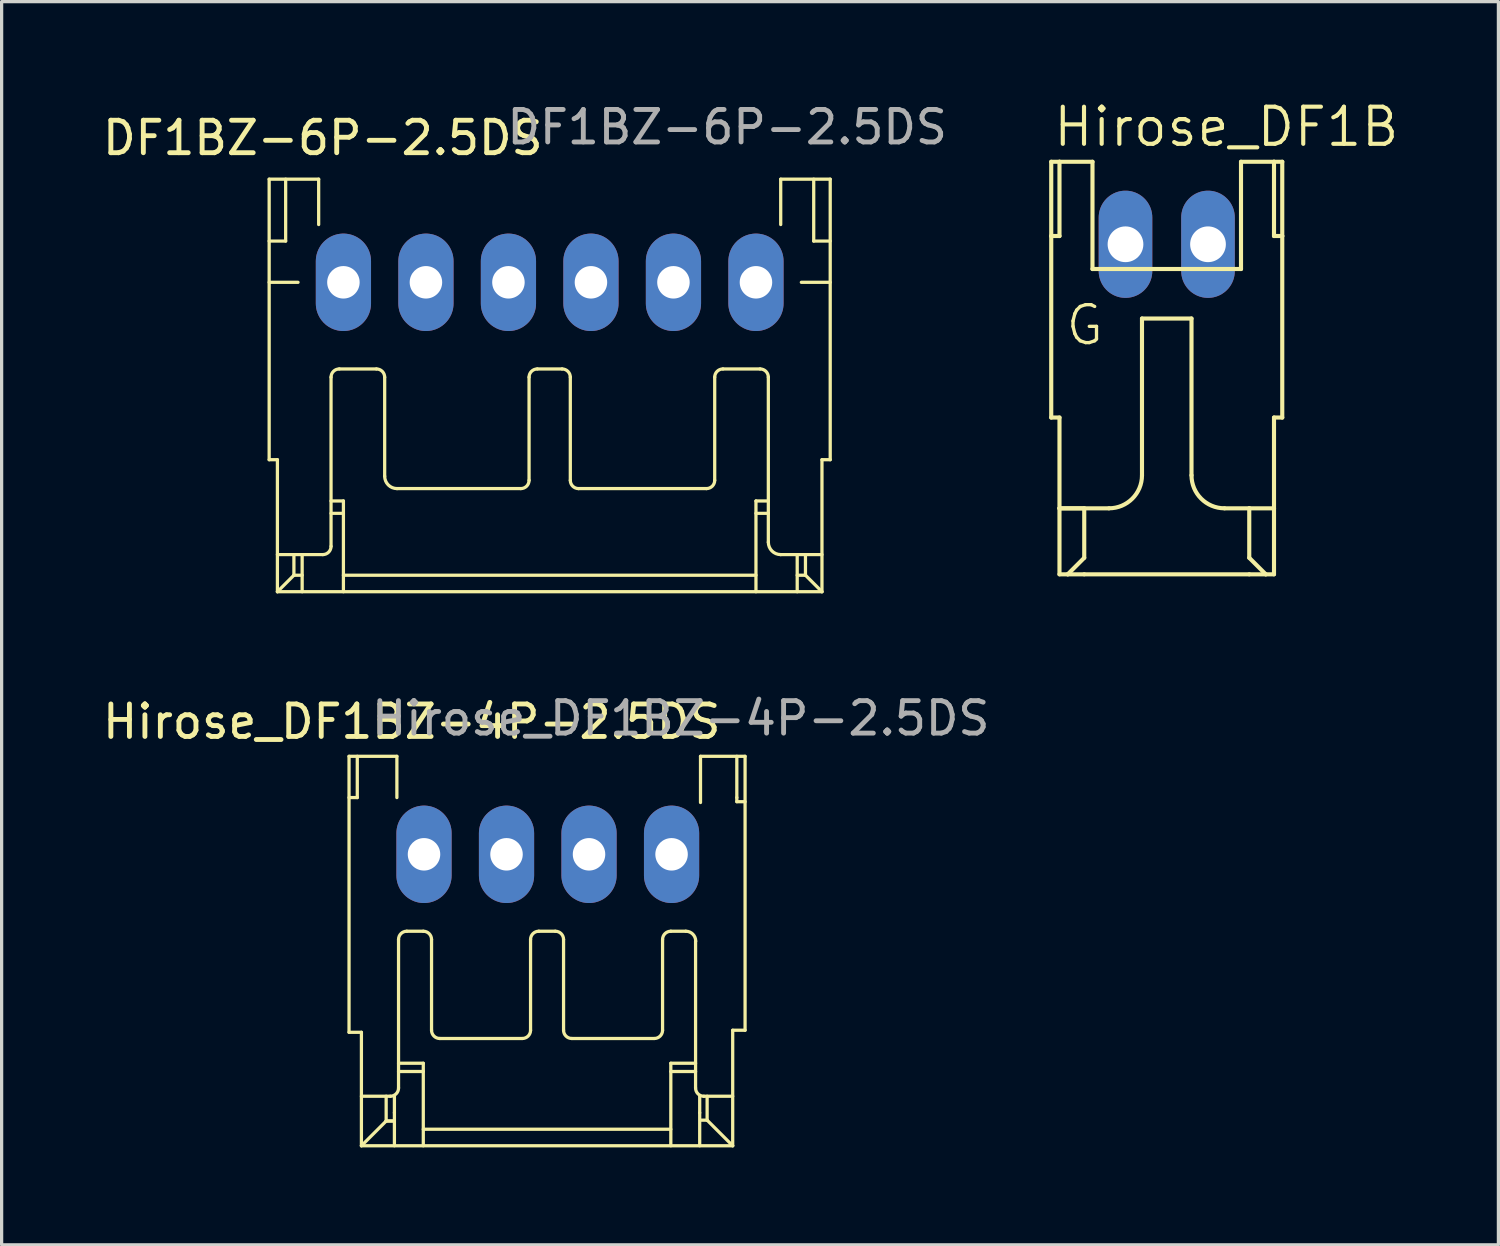
<source format=kicad_pcb>
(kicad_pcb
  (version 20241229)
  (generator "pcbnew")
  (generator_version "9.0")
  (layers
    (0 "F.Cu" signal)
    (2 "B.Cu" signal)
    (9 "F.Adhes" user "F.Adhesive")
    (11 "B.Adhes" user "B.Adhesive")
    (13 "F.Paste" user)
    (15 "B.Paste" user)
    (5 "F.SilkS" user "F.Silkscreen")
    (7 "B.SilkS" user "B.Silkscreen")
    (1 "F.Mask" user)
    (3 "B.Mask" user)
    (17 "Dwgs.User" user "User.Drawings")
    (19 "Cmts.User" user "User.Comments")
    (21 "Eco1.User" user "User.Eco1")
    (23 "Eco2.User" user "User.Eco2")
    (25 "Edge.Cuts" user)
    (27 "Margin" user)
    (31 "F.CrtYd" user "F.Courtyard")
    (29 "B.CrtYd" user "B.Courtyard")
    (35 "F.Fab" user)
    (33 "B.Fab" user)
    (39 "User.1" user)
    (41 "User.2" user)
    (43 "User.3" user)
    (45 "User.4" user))
  (footprint "DF1BZ-6P-2.5DS"
    (layer "F.Cu")
    (at 13.872 5.641)
    (property "Reference" "DF1BZ-6P-2.5DS" (at -6.985 -4.445 0) (layer "F.SilkS") (effects (font (size 1 1) (thickness 0.15))))
    (attr through_hole)
    (fp_line (start -8.636 -3.175) (end -7.112 -3.175) (stroke (width 0.1) (type default)) (layer "F.SilkS"))
    (fp_line (start -8.636 -1.27) (end -8.128 -1.27) (stroke (width 0.1) (type default)) (layer "F.SilkS"))
    (fp_line (start -8.636 0) (end -7.747 0) (stroke (width 0.1) (type default)) (layer "F.SilkS"))
    (fp_line (start -8.636 5.461) (end -8.636 -3.175) (stroke (width 0.1) (type default)) (layer "F.SilkS"))
    (fp_line (start -8.382 5.461) (end -8.636 5.461) (stroke (width 0.1) (type default)) (layer "F.SilkS"))
    (fp_line (start -8.382 9.525) (end -8.382 5.461) (stroke (width 0.1) (type default)) (layer "F.SilkS"))
    (fp_line (start -8.128 -1.27) (end -8.128 -3.175) (stroke (width 0.1) (type default)) (layer "F.SilkS"))
    (fp_line (start -7.874 9.017) (end -8.382 9.525) (stroke (width 0.1) (type default)) (layer "F.SilkS"))
    (fp_line (start -7.874 9.017) (end -7.874 8.382) (stroke (width 0.1) (type default)) (layer "F.SilkS"))
    (fp_line (start -7.874 9.017) (end -7.62 9.017) (stroke (width 0.1) (type default)) (layer "F.SilkS"))
    (fp_line (start -7.62 9.525) (end -7.62 8.382) (stroke (width 0.1) (type default)) (layer "F.SilkS"))
    (fp_line (start -7.112 -3.175) (end -7.112 -1.778) (stroke (width 0.1) (type default)) (layer "F.SilkS"))
    (fp_line (start -6.985 8.382) (end -8.382 8.382) (stroke (width 0.1) (type default)) (layer "F.SilkS"))
    (fp_line (start -6.731 8.128) (end -6.731 2.921) (stroke (width 0.1) (type default)) (layer "F.SilkS"))
    (fp_line (start -6.477 2.667) (end -5.334 2.667) (stroke (width 0.1) (type default)) (layer "F.SilkS"))
    (fp_line (start -6.35 6.731) (end -6.731 6.731) (stroke (width 0.1) (type default)) (layer "F.SilkS"))
    (fp_line (start -6.35 6.731) (end -6.35 9.525) (stroke (width 0.1) (type default)) (layer "F.SilkS"))
    (fp_line (start -6.35 7.112) (end -6.731 7.112) (stroke (width 0.1) (type default)) (layer "F.SilkS"))
    (fp_line (start -6.35 9.017) (end 6.35 9.017) (stroke (width 0.1) (type default)) (layer "F.SilkS"))
    (fp_line (start -5.08 5.969) (end -5.08 2.921) (stroke (width 0.1) (type default)) (layer "F.SilkS"))
    (fp_line (start -0.889 6.35) (end -4.699 6.35) (stroke (width 0.1) (type default)) (layer "F.SilkS"))
    (fp_line (start -0.635 6.096) (end -0.635 2.921) (stroke (width 0.1) (type default)) (layer "F.SilkS"))
    (fp_line (start 0.381 2.667) (end -0.381 2.667) (stroke (width 0.1) (type default)) (layer "F.SilkS"))
    (fp_line (start 0.635 6.096) (end 0.635 2.921) (stroke (width 0.1) (type default)) (layer "F.SilkS"))
    (fp_line (start 0.889 6.35) (end 4.826 6.35) (stroke (width 0.1) (type default)) (layer "F.SilkS"))
    (fp_line (start 5.08 6.096) (end 5.08 2.921) (stroke (width 0.1) (type default)) (layer "F.SilkS"))
    (fp_line (start 5.334 2.667) (end 6.477 2.667) (stroke (width 0.1) (type default)) (layer "F.SilkS"))
    (fp_line (start 6.35 6.731) (end 6.35 9.525) (stroke (width 0.1) (type default)) (layer "F.SilkS"))
    (fp_line (start 6.35 6.731) (end 6.731 6.731) (stroke (width 0.1) (type default)) (layer "F.SilkS"))
    (fp_line (start 6.731 7.112) (end 6.35 7.112) (stroke (width 0.1) (type default)) (layer "F.SilkS"))
    (fp_line (start 6.731 8.001) (end 6.731 2.921) (stroke (width 0.1) (type default)) (layer "F.SilkS"))
    (fp_line (start 7.112 -3.175) (end 7.112 -1.778) (stroke (width 0.1) (type default)) (layer "F.SilkS"))
    (fp_line (start 7.112 8.382) (end 8.382 8.382) (stroke (width 0.1) (type default)) (layer "F.SilkS"))
    (fp_line (start 7.62 9.525) (end 7.62 8.382) (stroke (width 0.1) (type default)) (layer "F.SilkS"))
    (fp_line (start 7.874 9.017) (end 7.62 9.017) (stroke (width 0.1) (type default)) (layer "F.SilkS"))
    (fp_line (start 7.874 9.017) (end 7.874 8.382) (stroke (width 0.1) (type default)) (layer "F.SilkS"))
    (fp_line (start 7.874 9.017) (end 8.382 9.525) (stroke (width 0.1) (type default)) (layer "F.SilkS"))
    (fp_line (start 8.128 -1.27) (end 8.128 -3.175) (stroke (width 0.1) (type default)) (layer "F.SilkS"))
    (fp_line (start 8.382 5.461) (end 8.636 5.461) (stroke (width 0.1) (type default)) (layer "F.SilkS"))
    (fp_line (start 8.382 9.525) (end -8.382 9.525) (stroke (width 0.1) (type default)) (layer "F.SilkS"))
    (fp_line (start 8.382 9.525) (end 8.382 5.461) (stroke (width 0.1) (type default)) (layer "F.SilkS"))
    (fp_line (start 8.636 -3.175) (end 7.112 -3.175) (stroke (width 0.1) (type default)) (layer "F.SilkS"))
    (fp_line (start 8.636 -1.27) (end 8.128 -1.27) (stroke (width 0.1) (type default)) (layer "F.SilkS"))
    (fp_line (start 8.636 0) (end 7.747 0) (stroke (width 0.1) (type default)) (layer "F.SilkS"))
    (fp_line (start 8.636 5.461) (end 8.636 -3.175) (stroke (width 0.1) (type default)) (layer "F.SilkS"))
    (fp_arc (start -6.731 2.921) (mid -6.656605 2.741395) (end -6.477 2.667) (stroke (width 0.1) (type default)) (layer "F.SilkS"))
    (fp_arc (start -6.731 8.128) (mid -6.805395 8.307605) (end -6.985 8.382) (stroke (width 0.1) (type default)) (layer "F.SilkS"))
    (fp_arc (start -5.334 2.667) (mid -5.154395 2.741395) (end -5.08 2.921) (stroke (width 0.1) (type default)) (layer "F.SilkS"))
    (fp_arc (start -4.699 6.35) (mid -4.968408 6.238408) (end -5.08 5.969) (stroke (width 0.1) (type default)) (layer "F.SilkS"))
    (fp_arc (start -0.635 2.921) (mid -0.560605 2.741395) (end -0.381 2.667) (stroke (width 0.1) (type default)) (layer "F.SilkS"))
    (fp_arc (start -0.635 6.096) (mid -0.709395 6.275605) (end -0.889 6.35) (stroke (width 0.1) (type default)) (layer "F.SilkS"))
    (fp_arc (start 0.381 2.667) (mid 0.560605 2.741395) (end 0.635 2.921) (stroke (width 0.1) (type default)) (layer "F.SilkS"))
    (fp_arc (start 0.889 6.35) (mid 0.709395 6.275605) (end 0.635 6.096) (stroke (width 0.1) (type default)) (layer "F.SilkS"))
    (fp_arc (start 5.08 2.921) (mid 5.154395 2.741395) (end 5.334 2.667) (stroke (width 0.1) (type default)) (layer "F.SilkS"))
    (fp_arc (start 5.08 6.096) (mid 5.005605 6.275605) (end 4.826 6.35) (stroke (width 0.1) (type default)) (layer "F.SilkS"))
    (fp_arc (start 6.477 2.667) (mid 6.656605 2.741395) (end 6.731 2.921) (stroke (width 0.1) (type default)) (layer "F.SilkS"))
    (fp_arc (start 7.112 8.382) (mid 6.842592 8.270408) (end 6.731 8.001) (stroke (width 0.1) (type default)) (layer "F.SilkS"))
    (fp_text user "${REFERENCE}" (at -1.397 -4.191 0) (unlocked yes) (layer "F.Fab") (effects (font (size 1 1) (thickness 0.15)) (justify left bottom)))
    (pad "1" thru_hole oval (at 6.35 0 270) (size 3 1.7) (drill 1) (layers "*.Cu" "*.Mask"))
    (pad "2" thru_hole oval (at 3.81 0 270) (size 3 1.7) (drill 1) (layers "*.Cu" "*.Mask"))
    (pad "3" thru_hole oval (at 1.27 0 270) (size 3 1.7) (drill 1) (layers "*.Cu" "*.Mask"))
    (pad "4" thru_hole oval (at -1.27 0 270) (size 3 1.7) (drill 1) (layers "*.Cu" "*.Mask"))
    (pad "5" thru_hole oval (at -3.81 0 270) (size 3 1.7) (drill 1) (layers "*.Cu" "*.Mask"))
    (pad "6" thru_hole oval (at -6.35 0 270) (size 3 1.7) (drill 1) (layers "*.Cu" "*.Mask")))
  (footprint "Hirose_DF1BZ-4P-2.5DS"
    (layer "F.Cu")
    (at 13.791 23.23)
    (property "Reference" "Hirose_DF1BZ-4P-2.5DS" (at -4.166 -4.064 180) (layer "F.SilkS") (effects (font (size 1 1) (thickness 0.15))))
    (attr through_hole)
    (fp_line (start -6.096 -2.997) (end -6.096 5.499) (stroke (width 0.1) (type default)) (layer "F.SilkS"))
    (fp_line (start -6.096 5.499) (end -5.715 5.499) (stroke (width 0.1) (type default)) (layer "F.SilkS"))
    (fp_line (start -5.842 -2.997) (end -5.842 -1.727) (stroke (width 0.1) (type default)) (layer "F.SilkS"))
    (fp_line (start -5.842 -1.727) (end -6.096 -1.727) (stroke (width 0.1) (type default)) (layer "F.SilkS"))
    (fp_line (start -5.715 8.992) (end -5.715 5.499) (stroke (width 0.1) (type default)) (layer "F.SilkS"))
    (fp_line (start -4.953 8.23) (end -5.715 8.992) (stroke (width 0.1) (type default)) (layer "F.SilkS"))
    (fp_line (start -4.953 8.23) (end -4.953 7.468) (stroke (width 0.1) (type default)) (layer "F.SilkS"))
    (fp_line (start -4.953 8.23) (end -4.724 8.23) (stroke (width 0.1) (type default)) (layer "F.SilkS"))
    (fp_line (start -4.826 7.468) (end -5.715 7.468) (stroke (width 0.1) (type default)) (layer "F.SilkS"))
    (fp_line (start -4.724 8.23) (end -4.953 8.23) (stroke (width 0.1) (type default)) (layer "F.SilkS"))
    (fp_line (start -4.699 7.976) (end -4.699 7.468) (stroke (width 0.1) (type default)) (layer "F.SilkS"))
    (fp_line (start -4.699 7.976) (end -4.699 8.992) (stroke (width 0.1) (type default)) (layer "F.SilkS"))
    (fp_line (start -4.623 -2.997) (end -6.096 -2.997) (stroke (width 0.1) (type default)) (layer "F.SilkS"))
    (fp_line (start -4.623 -2.997) (end -4.623 -1.727) (stroke (width 0.1) (type default)) (layer "F.SilkS"))
    (fp_line (start -4.572 2.642) (end -4.572 7.214) (stroke (width 0.1) (type default)) (layer "F.SilkS"))
    (fp_line (start -4.572 6.452) (end -3.81 6.452) (stroke (width 0.1) (type default)) (layer "F.SilkS"))
    (fp_line (start -3.81 2.388) (end -4.318 2.388) (stroke (width 0.1) (type default)) (layer "F.SilkS"))
    (fp_line (start -3.81 6.706) (end -4.572 6.706) (stroke (width 0.1) (type default)) (layer "F.SilkS"))
    (fp_line (start -3.81 8.484) (end 3.81 8.484) (stroke (width 0.1) (type default)) (layer "F.SilkS"))
    (fp_line (start -3.81 8.992) (end -3.81 6.452) (stroke (width 0.1) (type default)) (layer "F.SilkS"))
    (fp_line (start -3.556 2.642) (end -3.556 5.436) (stroke (width 0.1) (type default)) (layer "F.SilkS"))
    (fp_line (start -0.762 5.69) (end -3.302 5.69) (stroke (width 0.1) (type default)) (layer "F.SilkS"))
    (fp_line (start -0.508 5.436) (end -0.508 2.642) (stroke (width 0.1) (type default)) (layer "F.SilkS"))
    (fp_line (start -0.254 2.388) (end 0.254 2.388) (stroke (width 0.1) (type default)) (layer "F.SilkS"))
    (fp_line (start 0.508 2.642) (end 0.508 5.436) (stroke (width 0.1) (type default)) (layer "F.SilkS"))
    (fp_line (start 3.302 5.69) (end 0.762 5.69) (stroke (width 0.1) (type default)) (layer "F.SilkS"))
    (fp_line (start 3.556 5.436) (end 3.556 2.642) (stroke (width 0.1) (type default)) (layer "F.SilkS"))
    (fp_line (start 3.81 6.452) (end 4.572 6.452) (stroke (width 0.1) (type default)) (layer "F.SilkS"))
    (fp_line (start 3.81 6.706) (end 4.572 6.706) (stroke (width 0.1) (type default)) (layer "F.SilkS"))
    (fp_line (start 3.81 8.992) (end 3.81 6.452) (stroke (width 0.1) (type default)) (layer "F.SilkS"))
    (fp_line (start 4.271 2.388) (end 3.81 2.388) (stroke (width 0.1) (type default)) (layer "F.SilkS"))
    (fp_line (start 4.572 2.692) (end 4.572 7.214) (stroke (width 0.1) (type default)) (layer "F.SilkS"))
    (fp_line (start 4.699 7.976) (end 4.699 7.468) (stroke (width 0.1) (type default)) (layer "F.SilkS"))
    (fp_line (start 4.699 7.976) (end 4.699 8.992) (stroke (width 0.1) (type default)) (layer "F.SilkS"))
    (fp_line (start 4.724 -2.997) (end 4.724 -1.575) (stroke (width 0.1) (type default)) (layer "F.SilkS"))
    (fp_line (start 4.826 7.468) (end 5.715 7.468) (stroke (width 0.1) (type default)) (layer "F.SilkS"))
    (fp_line (start 4.928 8.204) (end 4.724 8.204) (stroke (width 0.1) (type default)) (layer "F.SilkS"))
    (fp_line (start 4.928 8.204) (end 4.928 7.468) (stroke (width 0.1) (type default)) (layer "F.SilkS"))
    (fp_line (start 5.715 5.436) (end 5.715 8.992) (stroke (width 0.1) (type default)) (layer "F.SilkS"))
    (fp_line (start 5.715 5.436) (end 6.096 5.436) (stroke (width 0.1) (type default)) (layer "F.SilkS"))
    (fp_line (start 5.715 8.992) (end -5.715 8.992) (stroke (width 0.1) (type default)) (layer "F.SilkS"))
    (fp_line (start 5.715 8.992) (end 4.928 8.204) (stroke (width 0.1) (type default)) (layer "F.SilkS"))
    (fp_line (start 5.842 -2.997) (end 5.842 -1.727) (stroke (width 0.1) (type default)) (layer "F.SilkS"))
    (fp_line (start 5.842 -1.6) (end 5.842 -1.727) (stroke (width 0.1) (type default)) (layer "F.SilkS"))
    (fp_line (start 6.096 -2.997) (end 4.724 -2.997) (stroke (width 0.1) (type default)) (layer "F.SilkS"))
    (fp_line (start 6.096 -2.997) (end 6.096 5.436) (stroke (width 0.1) (type default)) (layer "F.SilkS"))
    (fp_line (start 6.096 -1.6) (end 5.842 -1.6) (stroke (width 0.1) (type default)) (layer "F.SilkS"))
    (fp_arc (start -4.572 2.6416) (mid -4.497605 2.461995) (end -4.318 2.3876) (stroke (width 0.1) (type default)) (layer "F.SilkS"))
    (fp_arc (start -4.572 7.2136) (mid -4.646395 7.393205) (end -4.826 7.4676) (stroke (width 0.1) (type default)) (layer "F.SilkS"))
    (fp_arc (start -3.81 2.3876) (mid -3.630395 2.461995) (end -3.556 2.6416) (stroke (width 0.1) (type default)) (layer "F.SilkS"))
    (fp_arc (start -3.302 5.6896) (mid -3.481605 5.615205) (end -3.556 5.4356) (stroke (width 0.1) (type default)) (layer "F.SilkS"))
    (fp_arc (start -0.508 2.6416) (mid -0.433605 2.461995) (end -0.254 2.3876) (stroke (width 0.1) (type default)) (layer "F.SilkS"))
    (fp_arc (start -0.508 5.4356) (mid -0.582395 5.615205) (end -0.762 5.6896) (stroke (width 0.1) (type default)) (layer "F.SilkS"))
    (fp_arc (start 0.254 2.3876) (mid 0.433605 2.461995) (end 0.508 2.6416) (stroke (width 0.1) (type default)) (layer "F.SilkS"))
    (fp_arc (start 0.762 5.6896) (mid 0.582395 5.615205) (end 0.508 5.4356) (stroke (width 0.1) (type default)) (layer "F.SilkS"))
    (fp_arc (start 3.556 2.6416) (mid 3.630395 2.461995) (end 3.81 2.3876) (stroke (width 0.1) (type default)) (layer "F.SilkS"))
    (fp_arc (start 3.556 5.4356) (mid 3.481605 5.615205) (end 3.302 5.6896) (stroke (width 0.1) (type default)) (layer "F.SilkS"))
    (fp_arc (start 4.271404 2.3876) (mid 4.486928 2.476875) (end 4.576204 2.6924) (stroke (width 0.1) (type default)) (layer "F.SilkS"))
    (fp_arc (start 4.826 7.4676) (mid 4.646395 7.393205) (end 4.572 7.2136) (stroke (width 0.1) (type default)) (layer "F.SilkS"))
    (fp_text user "${REFERENCE}" (at 4.115 -4.166 180) (layer "F.Fab") (effects (font (size 1 1) (thickness 0.15))))
    (pad "1" thru_hole oval (at -3.788 0.02 90) (size 3 1.7) (drill 1) (layers "*.Cu" "*.Mask"))
    (pad "2" thru_hole oval (at -1.248 0.02 90) (size 3 1.7) (drill 1) (layers "*.Cu" "*.Mask"))
    (pad "3" thru_hole oval (at 1.292 0.02 90) (size 3 1.7) (drill 1) (layers "*.Cu" "*.Mask"))
    (pad "4" thru_hole oval (at 3.833 0.02 90) (size 3 1.7) (drill 1) (layers "*.Cu" "*.Mask")))
  (footprint "Hirose_DF1B"
    (layer "F.Cu")
    (at 31.598 4.47)
    (property "Reference" "Hirose_DF1B" (at -2.286 -2.946 0) (layer "F.SilkS") (effects (font (size 1.143 1.143) (thickness 0.127)) (justify left bottom)))
    (fp_line (start -2.286 -2.54) (end -2.286 -0.254) (stroke (width 0.127) (type solid)) (layer "F.SilkS"))
    (fp_line (start -2.286 -0.254) (end -2.286 5.334) (stroke (width 0.127) (type solid)) (layer "F.SilkS"))
    (fp_line (start -2.286 -0.254) (end -2.032 -0.254) (stroke (width 0.127) (type solid)) (layer "F.SilkS"))
    (fp_line (start -2.286 5.334) (end -2.032 5.334) (stroke (width 0.127) (type solid)) (layer "F.SilkS"))
    (fp_line (start -2.032 -2.54) (end -2.286 -2.54) (stroke (width 0.127) (type solid)) (layer "F.SilkS"))
    (fp_line (start -2.032 -0.254) (end -2.032 -2.54) (stroke (width 0.127) (type solid)) (layer "F.SilkS"))
    (fp_line (start -2.032 5.334) (end -2.032 8.128) (stroke (width 0.127) (type solid)) (layer "F.SilkS"))
    (fp_line (start -2.032 8.128) (end -2.032 10.16) (stroke (width 0.127) (type solid)) (layer "F.SilkS"))
    (fp_line (start -2.032 8.128) (end -0.508 8.128) (stroke (width 0.127) (type solid)) (layer "F.SilkS"))
    (fp_line (start -2.032 10.16) (end -1.778 10.16) (stroke (width 0.127) (type solid)) (layer "F.SilkS"))
    (fp_line (start -1.778 10.16) (end -1.27 9.652) (stroke (width 0.127) (type solid)) (layer "F.SilkS"))
    (fp_line (start -1.778 10.16) (end -1.27 10.16) (stroke (width 0.127) (type solid)) (layer "F.SilkS"))
    (fp_line (start -1.27 8.128) (end -2.032 8.128) (stroke (width 0.127) (type solid)) (layer "F.SilkS"))
    (fp_line (start -1.27 9.652) (end -1.27 8.128) (stroke (width 0.127) (type solid)) (layer "F.SilkS"))
    (fp_line (start -1.27 10.16) (end 3.81 10.16) (stroke (width 0.127) (type solid)) (layer "F.SilkS"))
    (fp_line (start -1.016 -2.54) (end -2.032 -2.54) (stroke (width 0.127) (type solid)) (layer "F.SilkS"))
    (fp_line (start -1.016 -2.54) (end -1.016 0.762) (stroke (width 0.127) (type solid)) (layer "F.SilkS"))
    (fp_line (start -1.016 0.762) (end 3.556 0.762) (stroke (width 0.127) (type solid)) (layer "F.SilkS"))
    (fp_line (start 0.508 2.286) (end 2.032 2.286) (stroke (width 0.127) (type solid)) (layer "F.SilkS"))
    (fp_line (start 0.508 7.112) (end 0.508 2.286) (stroke (width 0.127) (type solid)) (layer "F.SilkS"))
    (fp_line (start 2.032 2.286) (end 2.032 7.112) (stroke (width 0.127) (type solid)) (layer "F.SilkS"))
    (fp_line (start 3.048 8.128) (end 3.81 8.128) (stroke (width 0.127) (type solid)) (layer "F.SilkS"))
    (fp_line (start 3.556 -2.54) (end 4.572 -2.54) (stroke (width 0.127) (type solid)) (layer "F.SilkS"))
    (fp_line (start 3.556 0.762) (end 3.556 -2.54) (stroke (width 0.127) (type solid)) (layer "F.SilkS"))
    (fp_line (start 3.81 8.128) (end 4.572 8.128) (stroke (width 0.127) (type solid)) (layer "F.SilkS"))
    (fp_line (start 3.81 9.652) (end 3.81 8.128) (stroke (width 0.127) (type solid)) (layer "F.SilkS"))
    (fp_line (start 3.81 10.16) (end 4.318 10.16) (stroke (width 0.127) (type solid)) (layer "F.SilkS"))
    (fp_line (start 4.318 10.16) (end 3.81 9.652) (stroke (width 0.127) (type solid)) (layer "F.SilkS"))
    (fp_line (start 4.572 -2.54) (end 4.826 -2.54) (stroke (width 0.127) (type solid)) (layer "F.SilkS"))
    (fp_line (start 4.572 -0.254) (end 4.572 -2.54) (stroke (width 0.127) (type solid)) (layer "F.SilkS"))
    (fp_line (start 4.572 5.334) (end 4.826 5.334) (stroke (width 0.127) (type solid)) (layer "F.SilkS"))
    (fp_line (start 4.572 8.128) (end 4.572 5.334) (stroke (width 0.127) (type solid)) (layer "F.SilkS"))
    (fp_line (start 4.572 10.16) (end 4.318 10.16) (stroke (width 0.127) (type solid)) (layer "F.SilkS"))
    (fp_line (start 4.572 10.16) (end 4.572 8.128) (stroke (width 0.127) (type solid)) (layer "F.SilkS"))
    (fp_line (start 4.826 -0.254) (end 4.572 -0.254) (stroke (width 0.127) (type solid)) (layer "F.SilkS"))
    (fp_line (start 4.826 -0.254) (end 4.826 -2.54) (stroke (width 0.127) (type solid)) (layer "F.SilkS"))
    (fp_line (start 4.826 5.334) (end 4.826 -0.254) (stroke (width 0.127) (type solid)) (layer "F.SilkS"))
    (fp_arc (start 0.508 7.112) (mid 0.21042 7.83042) (end -0.508 8.128) (stroke (width 0.127) (type solid)) (layer "F.SilkS"))
    (fp_arc (start 3.048 8.128) (mid 2.32958 7.83042) (end 2.032 7.112) (stroke (width 0.127) (type solid)) (layer "F.SilkS"))
    (fp_poly (pts (xy -0.33 0.33) (xy 0.33 0.33) (xy 0.33 -0.33) (xy -0.33 -0.33)) (stroke (width 0.1) (type default)) (fill no) (layer "F.Fab"))
    (fp_poly (pts (xy 2.21 0.33) (xy 2.87 0.33) (xy 2.87 -0.33) (xy 2.21 -0.33)) (stroke (width 0.1) (type default)) (fill no) (layer "F.Fab"))
    (fp_text user "G" (at -1.905 3.175 0) (layer "F.SilkS") (effects (font (size 1.168 1.168) (thickness 0.102)) (justify left bottom)))
    (pad "1" thru_hole oval (at 0 0 90) (size 3.3 1.65) (drill 1.1) (layers "*.Cu" "*.Mask"))
    (pad "2" thru_hole oval (at 2.54 0 90) (size 3.3 1.65) (drill 1.1) (layers "*.Cu" "*.Mask")))
  (gr_rect
    (start -3 -3)
    (end 43.078 35.271)
    (stroke (width 0.1) (type default))
    (fill no)
    (layer "Edge.Cuts")))
</source>
